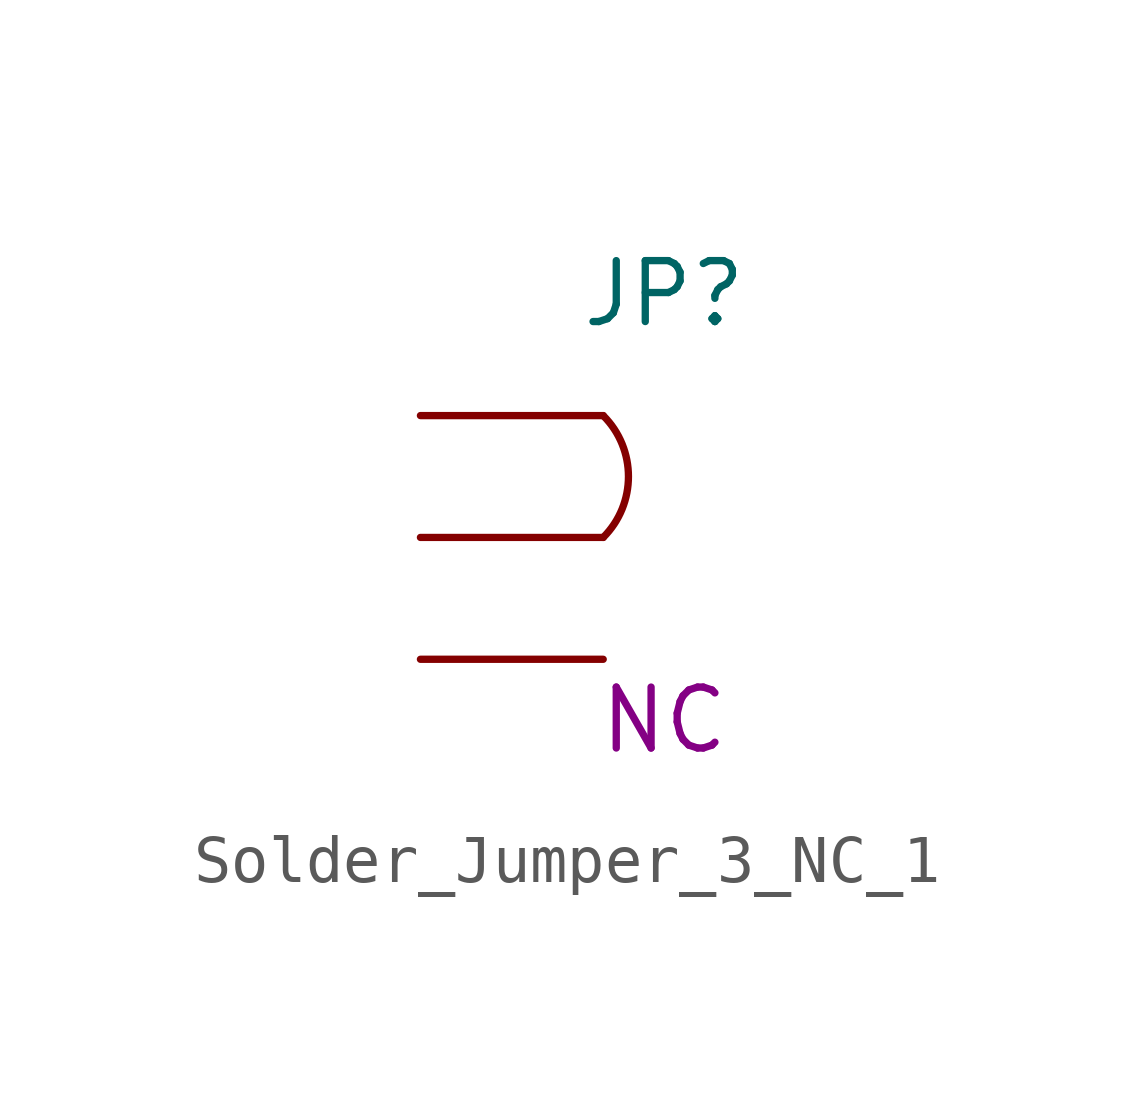
<source format=kicad_sym>
(kicad_symbol_lib
  (version 20231120)
  (generator "kicad_symbol_editor")
  (generator_version "8.0")
  (symbol "Solder_Jumper_3_NC_1"
    (pin_numbers hide)
    (property "Reference" "JP"
      (at 1.27 5.08 0)
      (effects (font (size 1.27 1.27))))
    (property "Display Value" "NC"
      (at 1.27 -3.81 0)
      (effects (font (size 1.27 1.27))))
    (symbol "Solder_Jumper_3_NC_1_0_1"
      (arc (start 0 0) (mid 0.5261 1.27) (end 0 2.54) (stroke (width 0) (type default)) (fill (type none))))
    (symbol "Solder_Jumper_3_NC_1_1_1"
      (pin unspecified line (at -3.81 2.54 0) (length 3.81) (name "" (effects (font (size 1.27 1.27)))) (number "1" (effects (font (size 1.27 1.27)))))
      (pin unspecified line (at -3.81 0 0) (length 3.81) (name "" (effects (font (size 1.27 1.27)))) (number "2" (effects (font (size 1.27 1.27)))))
      (pin unspecified line (at -3.81 -2.54 0) (length 3.81) (name "" (effects (font (size 1.27 1.27)))) (number "3" (effects (font (size 1.27 1.27))))))))
</source>
